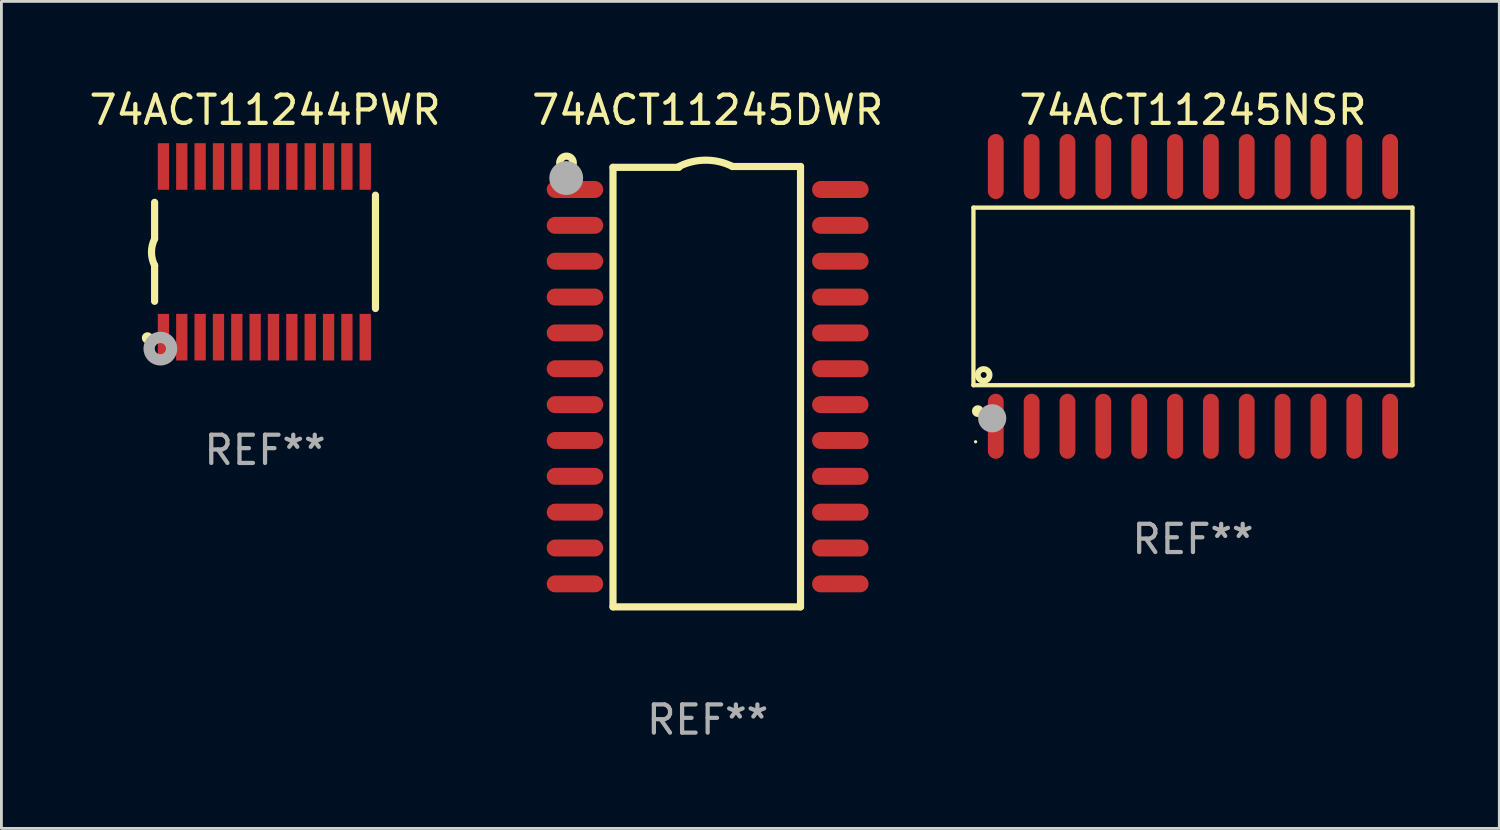
<source format=kicad_pcb>
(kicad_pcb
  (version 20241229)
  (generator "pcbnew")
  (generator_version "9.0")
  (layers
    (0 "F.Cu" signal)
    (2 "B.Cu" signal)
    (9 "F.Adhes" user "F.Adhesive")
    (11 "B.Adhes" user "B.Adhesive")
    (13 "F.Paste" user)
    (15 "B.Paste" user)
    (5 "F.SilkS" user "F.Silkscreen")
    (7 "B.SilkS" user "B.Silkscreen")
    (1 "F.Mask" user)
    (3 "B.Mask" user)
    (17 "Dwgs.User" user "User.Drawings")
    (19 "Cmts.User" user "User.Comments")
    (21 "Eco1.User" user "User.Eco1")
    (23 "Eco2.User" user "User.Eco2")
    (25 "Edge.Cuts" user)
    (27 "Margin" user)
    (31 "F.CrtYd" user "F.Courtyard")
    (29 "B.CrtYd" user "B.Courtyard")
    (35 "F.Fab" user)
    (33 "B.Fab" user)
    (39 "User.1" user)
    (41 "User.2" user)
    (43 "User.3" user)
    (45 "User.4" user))
  (footprint "74ACT11244PWR"
    (layer "F.Cu")
    (at 6.339 5.871)
    (property "Reference" "74ACT11244PWR" (at 0 -5.023 0) (layer "F.SilkS") (effects (font (size 1 1) (thickness 0.15))))
    (attr through_hole)
    (fp_line (start -3.912 -0.483) (end -3.912 -1.753) (stroke (width 0.254) (type solid)) (layer "F.SilkS"))
    (fp_line (start -3.912 1.753) (end -3.912 0.483) (stroke (width 0.254) (type solid)) (layer "F.SilkS"))
    (fp_line (start 3.912 -2.007) (end 3.912 2.007) (stroke (width 0.254) (type solid)) (layer "F.SilkS"))
    (fp_arc (start -3.911608 0.482601) (mid -4.022537 0.0127) (end -3.911608 -0.457201) (stroke (width 0.254001) (type solid)) (layer "F.SilkS"))
    (fp_circle (center -4.166 3.048) (end -4.066 3.048) (stroke (width 0.2) (type solid)) (fill no) (layer "F.SilkS"))
    (fp_circle (center -3.925 3.186) (end -3.895 3.186) (stroke (width 0.06) (type solid)) (fill no) (layer "F.SilkS"))
    (fp_circle (center -3.708 3.429) (end -3.509 3.429) (stroke (width 0.4) (type solid)) (fill no) (layer "F.Fab"))
    (fp_text user "REF**" (at 0 7.023 0) (layer "F.Fab") (effects (font (size 1 1) (thickness 0.15))))
    (pad "1" smd rect (at -3.6 3.023) (size 0.4 1.65) (layers "F.Cu" "F.Mask" "F.Paste"))
    (pad "2" smd rect (at -2.95 3.023) (size 0.4 1.65) (layers "F.Cu" "F.Mask" "F.Paste"))
    (pad "3" smd rect (at -2.3 3.023) (size 0.4 1.65) (layers "F.Cu" "F.Mask" "F.Paste"))
    (pad "4" smd rect (at -1.65 3.023) (size 0.4 1.65) (layers "F.Cu" "F.Mask" "F.Paste"))
    (pad "5" smd rect (at -1 3.023) (size 0.4 1.65) (layers "F.Cu" "F.Mask" "F.Paste"))
    (pad "6" smd rect (at -0.35 3.023) (size 0.4 1.65) (layers "F.Cu" "F.Mask" "F.Paste"))
    (pad "7" smd rect (at 0.299 3.023) (size 0.4 1.65) (layers "F.Cu" "F.Mask" "F.Paste"))
    (pad "8" smd rect (at 0.95 3.023) (size 0.4 1.65) (layers "F.Cu" "F.Mask" "F.Paste"))
    (pad "9" smd rect (at 1.6 3.023) (size 0.4 1.65) (layers "F.Cu" "F.Mask" "F.Paste"))
    (pad "10" smd rect (at 2.25 3.023) (size 0.4 1.65) (layers "F.Cu" "F.Mask" "F.Paste"))
    (pad "11" smd rect (at 2.9 3.023) (size 0.4 1.65) (layers "F.Cu" "F.Mask" "F.Paste"))
    (pad "12" smd rect (at 3.549 3.023) (size 0.4 1.65) (layers "F.Cu" "F.Mask" "F.Paste"))
    (pad "13" smd rect (at 3.549 -3.023) (size 0.4 1.65) (layers "F.Cu" "F.Mask" "F.Paste"))
    (pad "14" smd rect (at 2.9 -3.023) (size 0.4 1.65) (layers "F.Cu" "F.Mask" "F.Paste"))
    (pad "15" smd rect (at 2.25 -3.023) (size 0.4 1.65) (layers "F.Cu" "F.Mask" "F.Paste"))
    (pad "16" smd rect (at 1.6 -3.023) (size 0.4 1.65) (layers "F.Cu" "F.Mask" "F.Paste"))
    (pad "17" smd rect (at 0.95 -3.023) (size 0.4 1.65) (layers "F.Cu" "F.Mask" "F.Paste"))
    (pad "18" smd rect (at 0.299 -3.023) (size 0.4 1.65) (layers "F.Cu" "F.Mask" "F.Paste"))
    (pad "19" smd rect (at -0.35 -3.023) (size 0.4 1.65) (layers "F.Cu" "F.Mask" "F.Paste"))
    (pad "20" smd rect (at -1 -3.023) (size 0.4 1.65) (layers "F.Cu" "F.Mask" "F.Paste"))
    (pad "21" smd rect (at -1.65 -3.023) (size 0.4 1.65) (layers "F.Cu" "F.Mask" "F.Paste"))
    (pad "22" smd rect (at -2.3 -3.023) (size 0.4 1.65) (layers "F.Cu" "F.Mask" "F.Paste"))
    (pad "23" smd rect (at -2.95 -3.023) (size 0.4 1.65) (layers "F.Cu" "F.Mask" "F.Paste"))
    (pad "24" smd rect (at -3.6 -3.023) (size 0.4 1.65) (layers "F.Cu" "F.Mask" "F.Paste")))
  (footprint "74ACT11245NSR"
    (layer "F.Cu")
    (at 39.21 7.45)
    (property "Reference" "74ACT11245NSR" (at 0 -6.601 0) (layer "F.SilkS") (effects (font (size 1 1) (thickness 0.15))))
    (attr through_hole)
    (fp_line (start -7.776 -3.145) (end 7.776 -3.145) (stroke (width 0.152) (type solid)) (layer "F.SilkS"))
    (fp_line (start -7.776 3.145) (end -7.776 -3.145) (stroke (width 0.152) (type solid)) (layer "F.SilkS"))
    (fp_line (start 7.776 -3.145) (end 7.776 3.145) (stroke (width 0.152) (type solid)) (layer "F.SilkS"))
    (fp_line (start 7.776 3.145) (end -7.776 3.145) (stroke (width 0.152) (type solid)) (layer "F.SilkS"))
    (fp_circle (center -7.7 5.15) (end -7.67 5.15) (stroke (width 0.06) (type solid)) (fill no) (layer "F.SilkS"))
    (fp_circle (center -7.62 4.064) (end -7.515 4.064) (stroke (width 0.209) (type solid)) (fill no) (layer "F.SilkS"))
    (fp_circle (center -7.414 2.783) (end -7.31 2.783) (stroke (width 0.209) (type solid)) (fill no) (layer "F.SilkS"))
    (fp_circle (center -7.112 4.318) (end -6.862 4.318) (stroke (width 0.5) (type solid)) (fill no) (layer "F.Fab"))
    (fp_text user "REF**" (at 0 8.601 0) (layer "F.Fab") (effects (font (size 1 1) (thickness 0.15))))
    (pad "1" smd oval (at -6.985 4.601) (size 0.56 2.303) (layers "F.Cu" "F.Mask" "F.Paste"))
    (pad "2" smd oval (at -5.715 4.601) (size 0.56 2.303) (layers "F.Cu" "F.Mask" "F.Paste"))
    (pad "3" smd oval (at -4.445 4.601) (size 0.56 2.303) (layers "F.Cu" "F.Mask" "F.Paste"))
    (pad "4" smd oval (at -3.175 4.601) (size 0.56 2.303) (layers "F.Cu" "F.Mask" "F.Paste"))
    (pad "5" smd oval (at -1.905 4.601) (size 0.56 2.303) (layers "F.Cu" "F.Mask" "F.Paste"))
    (pad "6" smd oval (at -0.635 4.601) (size 0.56 2.303) (layers "F.Cu" "F.Mask" "F.Paste"))
    (pad "7" smd oval (at 0.635 4.601) (size 0.56 2.303) (layers "F.Cu" "F.Mask" "F.Paste"))
    (pad "8" smd oval (at 1.905 4.601) (size 0.56 2.303) (layers "F.Cu" "F.Mask" "F.Paste"))
    (pad "9" smd oval (at 3.175 4.601) (size 0.56 2.303) (layers "F.Cu" "F.Mask" "F.Paste"))
    (pad "10" smd oval (at 4.445 4.601) (size 0.56 2.303) (layers "F.Cu" "F.Mask" "F.Paste"))
    (pad "11" smd oval (at 5.715 4.601) (size 0.56 2.303) (layers "F.Cu" "F.Mask" "F.Paste"))
    (pad "12" smd oval (at 6.985 4.601) (size 0.56 2.303) (layers "F.Cu" "F.Mask" "F.Paste"))
    (pad "13" smd oval (at 6.985 -4.601) (size 0.56 2.303) (layers "F.Cu" "F.Mask" "F.Paste"))
    (pad "14" smd oval (at 5.715 -4.601) (size 0.56 2.303) (layers "F.Cu" "F.Mask" "F.Paste"))
    (pad "15" smd oval (at 4.445 -4.601) (size 0.56 2.303) (layers "F.Cu" "F.Mask" "F.Paste"))
    (pad "16" smd oval (at 3.175 -4.601) (size 0.56 2.303) (layers "F.Cu" "F.Mask" "F.Paste"))
    (pad "17" smd oval (at 1.905 -4.601) (size 0.56 2.303) (layers "F.Cu" "F.Mask" "F.Paste"))
    (pad "18" smd oval (at 0.635 -4.601) (size 0.56 2.303) (layers "F.Cu" "F.Mask" "F.Paste"))
    (pad "19" smd oval (at -0.635 -4.601) (size 0.56 2.303) (layers "F.Cu" "F.Mask" "F.Paste"))
    (pad "20" smd oval (at -1.905 -4.601) (size 0.56 2.303) (layers "F.Cu" "F.Mask" "F.Paste"))
    (pad "21" smd oval (at -3.175 -4.601) (size 0.56 2.303) (layers "F.Cu" "F.Mask" "F.Paste"))
    (pad "22" smd oval (at -4.445 -4.601) (size 0.56 2.303) (layers "F.Cu" "F.Mask" "F.Paste"))
    (pad "23" smd oval (at -5.715 -4.601) (size 0.56 2.303) (layers "F.Cu" "F.Mask" "F.Paste"))
    (pad "24" smd oval (at -6.985 -4.601) (size 0.56 2.303) (layers "F.Cu" "F.Mask" "F.Paste")))
  (footprint "74ACT11245DWR"
    (layer "F.Cu")
    (at 22.018 10.648)
    (property "Reference" "74ACT11245DWR" (at 0 -9.8 0) (layer "F.SilkS") (effects (font (size 1 1) (thickness 0.15))))
    (attr through_hole)
    (fp_line (start -3.353 -7.77) (end -1.016 -7.77) (stroke (width 0.254) (type solid)) (layer "F.SilkS"))
    (fp_line (start -3.353 7.8) (end -3.353 -7.77) (stroke (width 0.254) (type solid)) (layer "F.SilkS"))
    (fp_line (start 0.881 -7.8) (end 3.29 -7.8) (stroke (width 0.254) (type solid)) (layer "F.SilkS"))
    (fp_line (start 3.29 -7.8) (end 3.29 7.8) (stroke (width 0.254) (type solid)) (layer "F.SilkS"))
    (fp_line (start 3.29 7.8) (end -3.353 7.8) (stroke (width 0.254) (type solid)) (layer "F.SilkS"))
    (fp_arc (start -1.015951 -7.800025) (mid -0.067691 -8.023879) (end 0.880569 -7.800025) (stroke (width 0.254001) (type solid)) (layer "F.SilkS"))
    (fp_circle (center -5 -7.927) (end -4.886 -7.927) (stroke (width 0.254) (type solid)) (fill no) (layer "F.SilkS"))
    (fp_circle (center -5.01 -7.39) (end -4.71 -7.39) (stroke (width 0.6) (type solid)) (fill no) (layer "F.Fab"))
    (fp_text user "REF**" (at 0 11.8 0) (layer "F.Fab") (effects (font (size 1 1) (thickness 0.15))))
    (pad "1" smd oval (at -4.7 -6.985 270) (size 0.6 2) (layers "F.Cu" "F.Mask" "F.Paste"))
    (pad "2" smd oval (at -4.7 -5.715 270) (size 0.6 2) (layers "F.Cu" "F.Mask" "F.Paste"))
    (pad "3" smd oval (at -4.7 -4.445 270) (size 0.6 2) (layers "F.Cu" "F.Mask" "F.Paste"))
    (pad "4" smd oval (at -4.7 -3.175 270) (size 0.6 2) (layers "F.Cu" "F.Mask" "F.Paste"))
    (pad "5" smd oval (at -4.7 -1.905 270) (size 0.6 2) (layers "F.Cu" "F.Mask" "F.Paste"))
    (pad "6" smd oval (at -4.7 -0.635 270) (size 0.6 2) (layers "F.Cu" "F.Mask" "F.Paste"))
    (pad "7" smd oval (at -4.7 0.635 270) (size 0.6 2) (layers "F.Cu" "F.Mask" "F.Paste"))
    (pad "8" smd oval (at -4.7 1.905 270) (size 0.6 2) (layers "F.Cu" "F.Mask" "F.Paste"))
    (pad "9" smd oval (at -4.7 3.175 270) (size 0.6 2) (layers "F.Cu" "F.Mask" "F.Paste"))
    (pad "10" smd oval (at -4.7 4.445 270) (size 0.6 2) (layers "F.Cu" "F.Mask" "F.Paste"))
    (pad "11" smd oval (at -4.7 5.715 270) (size 0.6 2) (layers "F.Cu" "F.Mask" "F.Paste"))
    (pad "12" smd oval (at -4.7 6.985 270) (size 0.6 2) (layers "F.Cu" "F.Mask" "F.Paste"))
    (pad "13" smd oval (at 4.7 6.985 270) (size 0.6 2) (layers "F.Cu" "F.Mask" "F.Paste"))
    (pad "14" smd oval (at 4.7 5.715 270) (size 0.6 2) (layers "F.Cu" "F.Mask" "F.Paste"))
    (pad "15" smd oval (at 4.7 4.445 270) (size 0.6 2) (layers "F.Cu" "F.Mask" "F.Paste"))
    (pad "16" smd oval (at 4.7 3.175 270) (size 0.6 2) (layers "F.Cu" "F.Mask" "F.Paste"))
    (pad "17" smd oval (at 4.7 1.905 270) (size 0.6 2) (layers "F.Cu" "F.Mask" "F.Paste"))
    (pad "18" smd oval (at 4.7 0.635 270) (size 0.6 2) (layers "F.Cu" "F.Mask" "F.Paste"))
    (pad "19" smd oval (at 4.7 -0.635 270) (size 0.6 2) (layers "F.Cu" "F.Mask" "F.Paste"))
    (pad "20" smd oval (at 4.7 -1.905 270) (size 0.6 2) (layers "F.Cu" "F.Mask" "F.Paste"))
    (pad "21" smd oval (at 4.7 -3.175 270) (size 0.6 2) (layers "F.Cu" "F.Mask" "F.Paste"))
    (pad "22" smd oval (at 4.7 -4.445 270) (size 0.6 2) (layers "F.Cu" "F.Mask" "F.Paste"))
    (pad "23" smd oval (at 4.7 -5.715 270) (size 0.6 2) (layers "F.Cu" "F.Mask" "F.Paste"))
    (pad "24" smd oval (at 4.7 -6.985 270) (size 0.6 2) (layers "F.Cu" "F.Mask" "F.Paste")))
  (gr_rect
    (start -3 -3)
    (end 50.062 26.297)
    (stroke (width 0.1) (type default))
    (fill no)
    (layer "Edge.Cuts")))
</source>
